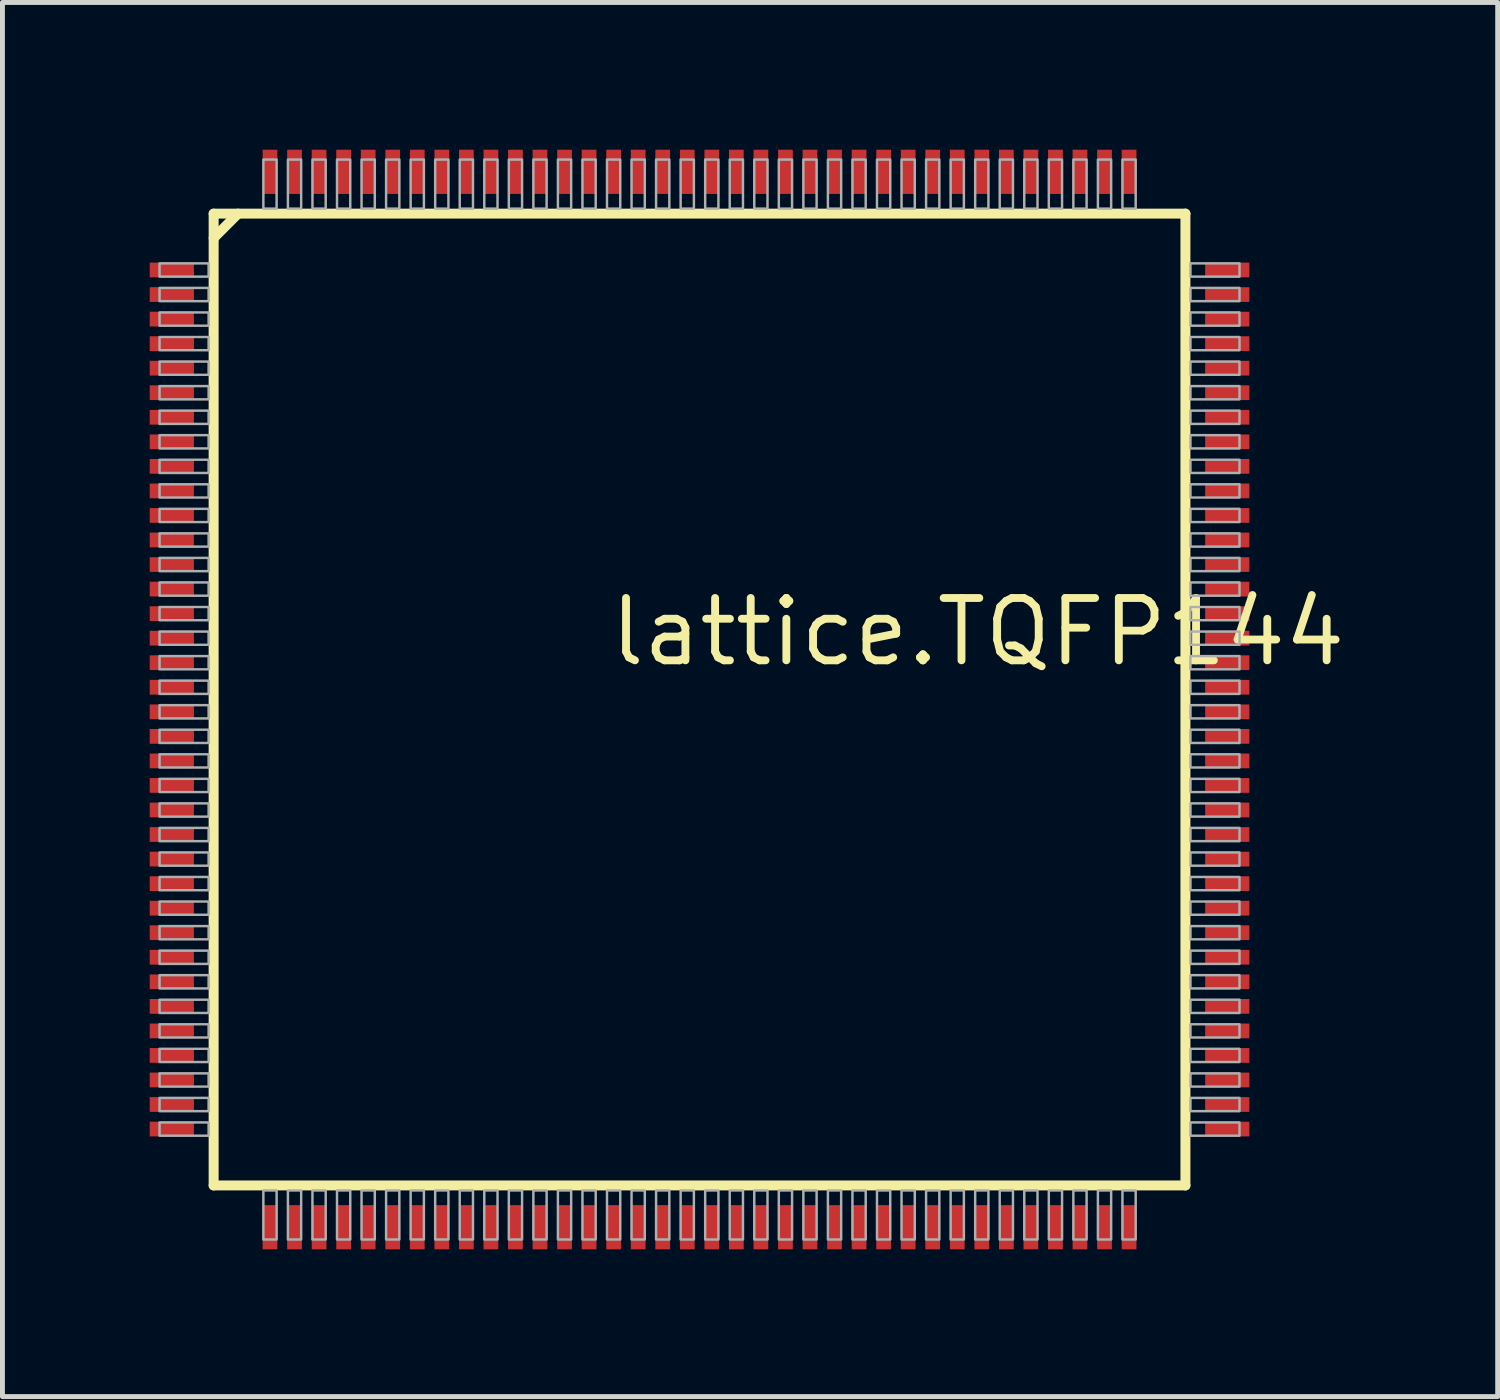
<source format=kicad_pcb>
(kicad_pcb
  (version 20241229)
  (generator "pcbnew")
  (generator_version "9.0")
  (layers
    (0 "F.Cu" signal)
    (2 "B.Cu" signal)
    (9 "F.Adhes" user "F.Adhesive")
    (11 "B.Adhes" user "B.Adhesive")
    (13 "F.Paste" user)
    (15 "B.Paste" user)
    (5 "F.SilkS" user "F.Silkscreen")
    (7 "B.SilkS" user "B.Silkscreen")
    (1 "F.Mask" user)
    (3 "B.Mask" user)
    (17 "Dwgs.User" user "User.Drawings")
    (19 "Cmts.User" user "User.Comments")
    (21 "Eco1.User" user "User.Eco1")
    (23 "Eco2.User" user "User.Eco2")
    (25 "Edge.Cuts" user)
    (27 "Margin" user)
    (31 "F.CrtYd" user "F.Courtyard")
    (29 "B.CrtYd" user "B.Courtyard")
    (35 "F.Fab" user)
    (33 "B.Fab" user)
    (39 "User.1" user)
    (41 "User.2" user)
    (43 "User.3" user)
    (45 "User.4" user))
  (footprint "lattice.TQFP144"
    (layer "F.Cu")
    (at 11.2 11.2)
    (property "Reference" "lattice.TQFP144" (at -1.905 -0.635 0) (layer "F.SilkS") (effects (font (size 1.27 1.27) (thickness 0.16)) (justify left bottom)))
    (attr smd)
    (fp_line (start -9.898 -9.898) (end -9.898 9.898) (stroke (width 0.203) (type default)) (layer "F.SilkS"))
    (fp_line (start -9.898 -9.4) (end -9.4 -9.898) (stroke (width 0.203) (type default)) (layer "F.SilkS"))
    (fp_line (start -9.898 9.898) (end 9.898 9.898) (stroke (width 0.203) (type default)) (layer "F.SilkS"))
    (fp_line (start 9.898 -9.898) (end -9.898 -9.898) (stroke (width 0.203) (type default)) (layer "F.SilkS"))
    (fp_line (start 9.898 9.898) (end 9.898 -9.898) (stroke (width 0.203) (type default)) (layer "F.SilkS"))
    (fp_rect (start -11 -8.615) (end -10 -8.885) (stroke (width 0.05) (type default)) (fill no) (layer "F.Fab"))
    (fp_rect (start -11 -8.115) (end -10 -8.385) (stroke (width 0.05) (type default)) (fill no) (layer "F.Fab"))
    (fp_rect (start -11 -7.615) (end -10 -7.885) (stroke (width 0.05) (type default)) (fill no) (layer "F.Fab"))
    (fp_rect (start -11 -7.115) (end -10 -7.385) (stroke (width 0.05) (type default)) (fill no) (layer "F.Fab"))
    (fp_rect (start -11 -6.615) (end -10 -6.885) (stroke (width 0.05) (type default)) (fill no) (layer "F.Fab"))
    (fp_rect (start -11 -6.115) (end -10 -6.385) (stroke (width 0.05) (type default)) (fill no) (layer "F.Fab"))
    (fp_rect (start -11 -5.615) (end -10 -5.885) (stroke (width 0.05) (type default)) (fill no) (layer "F.Fab"))
    (fp_rect (start -11 -5.115) (end -10 -5.385) (stroke (width 0.05) (type default)) (fill no) (layer "F.Fab"))
    (fp_rect (start -11 -4.615) (end -10 -4.885) (stroke (width 0.05) (type default)) (fill no) (layer "F.Fab"))
    (fp_rect (start -11 -4.115) (end -10 -4.385) (stroke (width 0.05) (type default)) (fill no) (layer "F.Fab"))
    (fp_rect (start -11 -3.615) (end -10 -3.885) (stroke (width 0.05) (type default)) (fill no) (layer "F.Fab"))
    (fp_rect (start -11 -3.115) (end -10 -3.385) (stroke (width 0.05) (type default)) (fill no) (layer "F.Fab"))
    (fp_rect (start -11 -2.615) (end -10 -2.885) (stroke (width 0.05) (type default)) (fill no) (layer "F.Fab"))
    (fp_rect (start -11 -2.115) (end -10 -2.385) (stroke (width 0.05) (type default)) (fill no) (layer "F.Fab"))
    (fp_rect (start -11 -1.615) (end -10 -1.885) (stroke (width 0.05) (type default)) (fill no) (layer "F.Fab"))
    (fp_rect (start -11 -1.115) (end -10 -1.385) (stroke (width 0.05) (type default)) (fill no) (layer "F.Fab"))
    (fp_rect (start -11 -0.615) (end -10 -0.885) (stroke (width 0.05) (type default)) (fill no) (layer "F.Fab"))
    (fp_rect (start -11 -0.115) (end -10 -0.385) (stroke (width 0.05) (type default)) (fill no) (layer "F.Fab"))
    (fp_rect (start -11 0.385) (end -10 0.115) (stroke (width 0.05) (type default)) (fill no) (layer "F.Fab"))
    (fp_rect (start -11 0.885) (end -10 0.615) (stroke (width 0.05) (type default)) (fill no) (layer "F.Fab"))
    (fp_rect (start -11 1.385) (end -10 1.115) (stroke (width 0.05) (type default)) (fill no) (layer "F.Fab"))
    (fp_rect (start -11 1.885) (end -10 1.615) (stroke (width 0.05) (type default)) (fill no) (layer "F.Fab"))
    (fp_rect (start -11 2.385) (end -10 2.115) (stroke (width 0.05) (type default)) (fill no) (layer "F.Fab"))
    (fp_rect (start -11 2.885) (end -10 2.615) (stroke (width 0.05) (type default)) (fill no) (layer "F.Fab"))
    (fp_rect (start -11 3.385) (end -10 3.115) (stroke (width 0.05) (type default)) (fill no) (layer "F.Fab"))
    (fp_rect (start -11 3.885) (end -10 3.615) (stroke (width 0.05) (type default)) (fill no) (layer "F.Fab"))
    (fp_rect (start -11 4.385) (end -10 4.115) (stroke (width 0.05) (type default)) (fill no) (layer "F.Fab"))
    (fp_rect (start -11 4.885) (end -10 4.615) (stroke (width 0.05) (type default)) (fill no) (layer "F.Fab"))
    (fp_rect (start -11 5.385) (end -10 5.115) (stroke (width 0.05) (type default)) (fill no) (layer "F.Fab"))
    (fp_rect (start -11 5.885) (end -10 5.615) (stroke (width 0.05) (type default)) (fill no) (layer "F.Fab"))
    (fp_rect (start -11 6.385) (end -10 6.115) (stroke (width 0.05) (type default)) (fill no) (layer "F.Fab"))
    (fp_rect (start -11 6.885) (end -10 6.615) (stroke (width 0.05) (type default)) (fill no) (layer "F.Fab"))
    (fp_rect (start -11 7.385) (end -10 7.115) (stroke (width 0.05) (type default)) (fill no) (layer "F.Fab"))
    (fp_rect (start -11 7.885) (end -10 7.615) (stroke (width 0.05) (type default)) (fill no) (layer "F.Fab"))
    (fp_rect (start -11 8.385) (end -10 8.115) (stroke (width 0.05) (type default)) (fill no) (layer "F.Fab"))
    (fp_rect (start -11 8.885) (end -10 8.615) (stroke (width 0.05) (type default)) (fill no) (layer "F.Fab"))
    (fp_rect (start -8.885 -10) (end -8.615 -11) (stroke (width 0.05) (type default)) (fill no) (layer "F.Fab"))
    (fp_rect (start -8.885 11) (end -8.615 10) (stroke (width 0.05) (type default)) (fill no) (layer "F.Fab"))
    (fp_rect (start -8.385 -10) (end -8.115 -11) (stroke (width 0.05) (type default)) (fill no) (layer "F.Fab"))
    (fp_rect (start -8.385 11) (end -8.115 10) (stroke (width 0.05) (type default)) (fill no) (layer "F.Fab"))
    (fp_rect (start -7.885 -10) (end -7.615 -11) (stroke (width 0.05) (type default)) (fill no) (layer "F.Fab"))
    (fp_rect (start -7.885 11) (end -7.615 10) (stroke (width 0.05) (type default)) (fill no) (layer "F.Fab"))
    (fp_rect (start -7.385 -10) (end -7.115 -11) (stroke (width 0.05) (type default)) (fill no) (layer "F.Fab"))
    (fp_rect (start -7.385 11) (end -7.115 10) (stroke (width 0.05) (type default)) (fill no) (layer "F.Fab"))
    (fp_rect (start -6.885 -10) (end -6.615 -11) (stroke (width 0.05) (type default)) (fill no) (layer "F.Fab"))
    (fp_rect (start -6.885 11) (end -6.615 10) (stroke (width 0.05) (type default)) (fill no) (layer "F.Fab"))
    (fp_rect (start -6.385 -10) (end -6.115 -11) (stroke (width 0.05) (type default)) (fill no) (layer "F.Fab"))
    (fp_rect (start -6.385 11) (end -6.115 10) (stroke (width 0.05) (type default)) (fill no) (layer "F.Fab"))
    (fp_rect (start -5.885 -10) (end -5.615 -11) (stroke (width 0.05) (type default)) (fill no) (layer "F.Fab"))
    (fp_rect (start -5.885 11) (end -5.615 10) (stroke (width 0.05) (type default)) (fill no) (layer "F.Fab"))
    (fp_rect (start -5.385 -10) (end -5.115 -11) (stroke (width 0.05) (type default)) (fill no) (layer "F.Fab"))
    (fp_rect (start -5.385 11) (end -5.115 10) (stroke (width 0.05) (type default)) (fill no) (layer "F.Fab"))
    (fp_rect (start -4.885 -10) (end -4.615 -11) (stroke (width 0.05) (type default)) (fill no) (layer "F.Fab"))
    (fp_rect (start -4.885 11) (end -4.615 10) (stroke (width 0.05) (type default)) (fill no) (layer "F.Fab"))
    (fp_rect (start -4.385 -10) (end -4.115 -11) (stroke (width 0.05) (type default)) (fill no) (layer "F.Fab"))
    (fp_rect (start -4.385 11) (end -4.115 10) (stroke (width 0.05) (type default)) (fill no) (layer "F.Fab"))
    (fp_rect (start -3.885 -10) (end -3.615 -11) (stroke (width 0.05) (type default)) (fill no) (layer "F.Fab"))
    (fp_rect (start -3.885 11) (end -3.615 10) (stroke (width 0.05) (type default)) (fill no) (layer "F.Fab"))
    (fp_rect (start -3.385 -10) (end -3.115 -11) (stroke (width 0.05) (type default)) (fill no) (layer "F.Fab"))
    (fp_rect (start -3.385 11) (end -3.115 10) (stroke (width 0.05) (type default)) (fill no) (layer "F.Fab"))
    (fp_rect (start -2.885 -10) (end -2.615 -11) (stroke (width 0.05) (type default)) (fill no) (layer "F.Fab"))
    (fp_rect (start -2.885 11) (end -2.615 10) (stroke (width 0.05) (type default)) (fill no) (layer "F.Fab"))
    (fp_rect (start -2.385 -10) (end -2.115 -11) (stroke (width 0.05) (type default)) (fill no) (layer "F.Fab"))
    (fp_rect (start -2.385 11) (end -2.115 10) (stroke (width 0.05) (type default)) (fill no) (layer "F.Fab"))
    (fp_rect (start -1.885 -10) (end -1.615 -11) (stroke (width 0.05) (type default)) (fill no) (layer "F.Fab"))
    (fp_rect (start -1.885 11) (end -1.615 10) (stroke (width 0.05) (type default)) (fill no) (layer "F.Fab"))
    (fp_rect (start -1.385 -10) (end -1.115 -11) (stroke (width 0.05) (type default)) (fill no) (layer "F.Fab"))
    (fp_rect (start -1.385 11) (end -1.115 10) (stroke (width 0.05) (type default)) (fill no) (layer "F.Fab"))
    (fp_rect (start -0.885 -10) (end -0.615 -11) (stroke (width 0.05) (type default)) (fill no) (layer "F.Fab"))
    (fp_rect (start -0.885 11) (end -0.615 10) (stroke (width 0.05) (type default)) (fill no) (layer "F.Fab"))
    (fp_rect (start -0.385 -10) (end -0.115 -11) (stroke (width 0.05) (type default)) (fill no) (layer "F.Fab"))
    (fp_rect (start -0.385 11) (end -0.115 10) (stroke (width 0.05) (type default)) (fill no) (layer "F.Fab"))
    (fp_rect (start 0.115 -10) (end 0.385 -11) (stroke (width 0.05) (type default)) (fill no) (layer "F.Fab"))
    (fp_rect (start 0.115 11) (end 0.385 10) (stroke (width 0.05) (type default)) (fill no) (layer "F.Fab"))
    (fp_rect (start 0.615 -10) (end 0.885 -11) (stroke (width 0.05) (type default)) (fill no) (layer "F.Fab"))
    (fp_rect (start 0.615 11) (end 0.885 10) (stroke (width 0.05) (type default)) (fill no) (layer "F.Fab"))
    (fp_rect (start 1.115 -10) (end 1.385 -11) (stroke (width 0.05) (type default)) (fill no) (layer "F.Fab"))
    (fp_rect (start 1.115 11) (end 1.385 10) (stroke (width 0.05) (type default)) (fill no) (layer "F.Fab"))
    (fp_rect (start 1.615 -10) (end 1.885 -11) (stroke (width 0.05) (type default)) (fill no) (layer "F.Fab"))
    (fp_rect (start 1.615 11) (end 1.885 10) (stroke (width 0.05) (type default)) (fill no) (layer "F.Fab"))
    (fp_rect (start 2.115 -10) (end 2.385 -11) (stroke (width 0.05) (type default)) (fill no) (layer "F.Fab"))
    (fp_rect (start 2.115 11) (end 2.385 10) (stroke (width 0.05) (type default)) (fill no) (layer "F.Fab"))
    (fp_rect (start 2.615 -10) (end 2.885 -11) (stroke (width 0.05) (type default)) (fill no) (layer "F.Fab"))
    (fp_rect (start 2.615 11) (end 2.885 10) (stroke (width 0.05) (type default)) (fill no) (layer "F.Fab"))
    (fp_rect (start 3.115 -10) (end 3.385 -11) (stroke (width 0.05) (type default)) (fill no) (layer "F.Fab"))
    (fp_rect (start 3.115 11) (end 3.385 10) (stroke (width 0.05) (type default)) (fill no) (layer "F.Fab"))
    (fp_rect (start 3.615 -10) (end 3.885 -11) (stroke (width 0.05) (type default)) (fill no) (layer "F.Fab"))
    (fp_rect (start 3.615 11) (end 3.885 10) (stroke (width 0.05) (type default)) (fill no) (layer "F.Fab"))
    (fp_rect (start 4.115 -10) (end 4.385 -11) (stroke (width 0.05) (type default)) (fill no) (layer "F.Fab"))
    (fp_rect (start 4.115 11) (end 4.385 10) (stroke (width 0.05) (type default)) (fill no) (layer "F.Fab"))
    (fp_rect (start 4.615 -10) (end 4.885 -11) (stroke (width 0.05) (type default)) (fill no) (layer "F.Fab"))
    (fp_rect (start 4.615 11) (end 4.885 10) (stroke (width 0.05) (type default)) (fill no) (layer "F.Fab"))
    (fp_rect (start 5.115 -10) (end 5.385 -11) (stroke (width 0.05) (type default)) (fill no) (layer "F.Fab"))
    (fp_rect (start 5.115 11) (end 5.385 10) (stroke (width 0.05) (type default)) (fill no) (layer "F.Fab"))
    (fp_rect (start 5.615 -10) (end 5.885 -11) (stroke (width 0.05) (type default)) (fill no) (layer "F.Fab"))
    (fp_rect (start 5.615 11) (end 5.885 10) (stroke (width 0.05) (type default)) (fill no) (layer "F.Fab"))
    (fp_rect (start 6.115 -10) (end 6.385 -11) (stroke (width 0.05) (type default)) (fill no) (layer "F.Fab"))
    (fp_rect (start 6.115 11) (end 6.385 10) (stroke (width 0.05) (type default)) (fill no) (layer "F.Fab"))
    (fp_rect (start 6.615 -10) (end 6.885 -11) (stroke (width 0.05) (type default)) (fill no) (layer "F.Fab"))
    (fp_rect (start 6.615 11) (end 6.885 10) (stroke (width 0.05) (type default)) (fill no) (layer "F.Fab"))
    (fp_rect (start 7.115 -10) (end 7.385 -11) (stroke (width 0.05) (type default)) (fill no) (layer "F.Fab"))
    (fp_rect (start 7.115 11) (end 7.385 10) (stroke (width 0.05) (type default)) (fill no) (layer "F.Fab"))
    (fp_rect (start 7.615 -10) (end 7.885 -11) (stroke (width 0.05) (type default)) (fill no) (layer "F.Fab"))
    (fp_rect (start 7.615 11) (end 7.885 10) (stroke (width 0.05) (type default)) (fill no) (layer "F.Fab"))
    (fp_rect (start 8.115 -10) (end 8.385 -11) (stroke (width 0.05) (type default)) (fill no) (layer "F.Fab"))
    (fp_rect (start 8.115 11) (end 8.385 10) (stroke (width 0.05) (type default)) (fill no) (layer "F.Fab"))
    (fp_rect (start 8.615 -10) (end 8.885 -11) (stroke (width 0.05) (type default)) (fill no) (layer "F.Fab"))
    (fp_rect (start 8.615 11) (end 8.885 10) (stroke (width 0.05) (type default)) (fill no) (layer "F.Fab"))
    (fp_rect (start 10 -8.615) (end 11 -8.885) (stroke (width 0.05) (type default)) (fill no) (layer "F.Fab"))
    (fp_rect (start 10 -8.115) (end 11 -8.385) (stroke (width 0.05) (type default)) (fill no) (layer "F.Fab"))
    (fp_rect (start 10 -7.615) (end 11 -7.885) (stroke (width 0.05) (type default)) (fill no) (layer "F.Fab"))
    (fp_rect (start 10 -7.115) (end 11 -7.385) (stroke (width 0.05) (type default)) (fill no) (layer "F.Fab"))
    (fp_rect (start 10 -6.615) (end 11 -6.885) (stroke (width 0.05) (type default)) (fill no) (layer "F.Fab"))
    (fp_rect (start 10 -6.115) (end 11 -6.385) (stroke (width 0.05) (type default)) (fill no) (layer "F.Fab"))
    (fp_rect (start 10 -5.615) (end 11 -5.885) (stroke (width 0.05) (type default)) (fill no) (layer "F.Fab"))
    (fp_rect (start 10 -5.115) (end 11 -5.385) (stroke (width 0.05) (type default)) (fill no) (layer "F.Fab"))
    (fp_rect (start 10 -4.615) (end 11 -4.885) (stroke (width 0.05) (type default)) (fill no) (layer "F.Fab"))
    (fp_rect (start 10 -4.115) (end 11 -4.385) (stroke (width 0.05) (type default)) (fill no) (layer "F.Fab"))
    (fp_rect (start 10 -3.615) (end 11 -3.885) (stroke (width 0.05) (type default)) (fill no) (layer "F.Fab"))
    (fp_rect (start 10 -3.115) (end 11 -3.385) (stroke (width 0.05) (type default)) (fill no) (layer "F.Fab"))
    (fp_rect (start 10 -2.615) (end 11 -2.885) (stroke (width 0.05) (type default)) (fill no) (layer "F.Fab"))
    (fp_rect (start 10 -2.115) (end 11 -2.385) (stroke (width 0.05) (type default)) (fill no) (layer "F.Fab"))
    (fp_rect (start 10 -1.615) (end 11 -1.885) (stroke (width 0.05) (type default)) (fill no) (layer "F.Fab"))
    (fp_rect (start 10 -1.115) (end 11 -1.385) (stroke (width 0.05) (type default)) (fill no) (layer "F.Fab"))
    (fp_rect (start 10 -0.615) (end 11 -0.885) (stroke (width 0.05) (type default)) (fill no) (layer "F.Fab"))
    (fp_rect (start 10 -0.115) (end 11 -0.385) (stroke (width 0.05) (type default)) (fill no) (layer "F.Fab"))
    (fp_rect (start 10 0.385) (end 11 0.115) (stroke (width 0.05) (type default)) (fill no) (layer "F.Fab"))
    (fp_rect (start 10 0.885) (end 11 0.615) (stroke (width 0.05) (type default)) (fill no) (layer "F.Fab"))
    (fp_rect (start 10 1.385) (end 11 1.115) (stroke (width 0.05) (type default)) (fill no) (layer "F.Fab"))
    (fp_rect (start 10 1.885) (end 11 1.615) (stroke (width 0.05) (type default)) (fill no) (layer "F.Fab"))
    (fp_rect (start 10 2.385) (end 11 2.115) (stroke (width 0.05) (type default)) (fill no) (layer "F.Fab"))
    (fp_rect (start 10 2.885) (end 11 2.615) (stroke (width 0.05) (type default)) (fill no) (layer "F.Fab"))
    (fp_rect (start 10 3.385) (end 11 3.115) (stroke (width 0.05) (type default)) (fill no) (layer "F.Fab"))
    (fp_rect (start 10 3.885) (end 11 3.615) (stroke (width 0.05) (type default)) (fill no) (layer "F.Fab"))
    (fp_rect (start 10 4.385) (end 11 4.115) (stroke (width 0.05) (type default)) (fill no) (layer "F.Fab"))
    (fp_rect (start 10 4.885) (end 11 4.615) (stroke (width 0.05) (type default)) (fill no) (layer "F.Fab"))
    (fp_rect (start 10 5.385) (end 11 5.115) (stroke (width 0.05) (type default)) (fill no) (layer "F.Fab"))
    (fp_rect (start 10 5.885) (end 11 5.615) (stroke (width 0.05) (type default)) (fill no) (layer "F.Fab"))
    (fp_rect (start 10 6.385) (end 11 6.115) (stroke (width 0.05) (type default)) (fill no) (layer "F.Fab"))
    (fp_rect (start 10 6.885) (end 11 6.615) (stroke (width 0.05) (type default)) (fill no) (layer "F.Fab"))
    (fp_rect (start 10 7.385) (end 11 7.115) (stroke (width 0.05) (type default)) (fill no) (layer "F.Fab"))
    (fp_rect (start 10 7.885) (end 11 7.615) (stroke (width 0.05) (type default)) (fill no) (layer "F.Fab"))
    (fp_rect (start 10 8.385) (end 11 8.115) (stroke (width 0.05) (type default)) (fill no) (layer "F.Fab"))
    (fp_rect (start 10 8.885) (end 11 8.615) (stroke (width 0.05) (type default)) (fill no) (layer "F.Fab"))
    (pad "1" smd roundrect (at -10.75 -8.75) (size 0.9 0.3) (layers "F.Cu" "F.Mask" "F.Paste") (roundrect_rratio 0.01))
    (pad "2" smd roundrect (at -10.75 -8.25) (size 0.9 0.3) (layers "F.Cu" "F.Mask" "F.Paste") (roundrect_rratio 0.01))
    (pad "3" smd roundrect (at -10.75 -7.75) (size 0.9 0.3) (layers "F.Cu" "F.Mask" "F.Paste") (roundrect_rratio 0.01))
    (pad "4" smd roundrect (at -10.75 -7.25) (size 0.9 0.3) (layers "F.Cu" "F.Mask" "F.Paste") (roundrect_rratio 0.01))
    (pad "5" smd roundrect (at -10.75 -6.75) (size 0.9 0.3) (layers "F.Cu" "F.Mask" "F.Paste") (roundrect_rratio 0.01))
    (pad "6" smd roundrect (at -10.75 -6.25) (size 0.9 0.3) (layers "F.Cu" "F.Mask" "F.Paste") (roundrect_rratio 0.01))
    (pad "7" smd roundrect (at -10.75 -5.75) (size 0.9 0.3) (layers "F.Cu" "F.Mask" "F.Paste") (roundrect_rratio 0.01))
    (pad "8" smd roundrect (at -10.75 -5.25) (size 0.9 0.3) (layers "F.Cu" "F.Mask" "F.Paste") (roundrect_rratio 0.01))
    (pad "9" smd roundrect (at -10.75 -4.75) (size 0.9 0.3) (layers "F.Cu" "F.Mask" "F.Paste") (roundrect_rratio 0.01))
    (pad "10" smd roundrect (at -10.75 -4.25) (size 0.9 0.3) (layers "F.Cu" "F.Mask" "F.Paste") (roundrect_rratio 0.01))
    (pad "11" smd roundrect (at -10.75 -3.75) (size 0.9 0.3) (layers "F.Cu" "F.Mask" "F.Paste") (roundrect_rratio 0.01))
    (pad "12" smd roundrect (at -10.75 -3.25) (size 0.9 0.3) (layers "F.Cu" "F.Mask" "F.Paste") (roundrect_rratio 0.01))
    (pad "13" smd roundrect (at -10.75 -2.75) (size 0.9 0.3) (layers "F.Cu" "F.Mask" "F.Paste") (roundrect_rratio 0.01))
    (pad "14" smd roundrect (at -10.75 -2.25) (size 0.9 0.3) (layers "F.Cu" "F.Mask" "F.Paste") (roundrect_rratio 0.01))
    (pad "15" smd roundrect (at -10.75 -1.75) (size 0.9 0.3) (layers "F.Cu" "F.Mask" "F.Paste") (roundrect_rratio 0.01))
    (pad "16" smd roundrect (at -10.75 -1.25) (size 0.9 0.3) (layers "F.Cu" "F.Mask" "F.Paste") (roundrect_rratio 0.01))
    (pad "17" smd roundrect (at -10.75 -0.75) (size 0.9 0.3) (layers "F.Cu" "F.Mask" "F.Paste") (roundrect_rratio 0.01))
    (pad "18" smd roundrect (at -10.75 -0.25) (size 0.9 0.3) (layers "F.Cu" "F.Mask" "F.Paste") (roundrect_rratio 0.01))
    (pad "19" smd roundrect (at -10.75 0.25) (size 0.9 0.3) (layers "F.Cu" "F.Mask" "F.Paste") (roundrect_rratio 0.01))
    (pad "20" smd roundrect (at -10.75 0.75) (size 0.9 0.3) (layers "F.Cu" "F.Mask" "F.Paste") (roundrect_rratio 0.01))
    (pad "21" smd roundrect (at -10.75 1.25) (size 0.9 0.3) (layers "F.Cu" "F.Mask" "F.Paste") (roundrect_rratio 0.01))
    (pad "22" smd roundrect (at -10.75 1.75) (size 0.9 0.3) (layers "F.Cu" "F.Mask" "F.Paste") (roundrect_rratio 0.01))
    (pad "23" smd roundrect (at -10.75 2.25) (size 0.9 0.3) (layers "F.Cu" "F.Mask" "F.Paste") (roundrect_rratio 0.01))
    (pad "24" smd roundrect (at -10.75 2.75) (size 0.9 0.3) (layers "F.Cu" "F.Mask" "F.Paste") (roundrect_rratio 0.01))
    (pad "25" smd roundrect (at -10.75 3.25) (size 0.9 0.3) (layers "F.Cu" "F.Mask" "F.Paste") (roundrect_rratio 0.01))
    (pad "26" smd roundrect (at -10.75 3.75) (size 0.9 0.3) (layers "F.Cu" "F.Mask" "F.Paste") (roundrect_rratio 0.01))
    (pad "27" smd roundrect (at -10.75 4.25) (size 0.9 0.3) (layers "F.Cu" "F.Mask" "F.Paste") (roundrect_rratio 0.01))
    (pad "28" smd roundrect (at -10.75 4.75) (size 0.9 0.3) (layers "F.Cu" "F.Mask" "F.Paste") (roundrect_rratio 0.01))
    (pad "29" smd roundrect (at -10.75 5.25) (size 0.9 0.3) (layers "F.Cu" "F.Mask" "F.Paste") (roundrect_rratio 0.01))
    (pad "30" smd roundrect (at -10.75 5.75) (size 0.9 0.3) (layers "F.Cu" "F.Mask" "F.Paste") (roundrect_rratio 0.01))
    (pad "31" smd roundrect (at -10.75 6.25) (size 0.9 0.3) (layers "F.Cu" "F.Mask" "F.Paste") (roundrect_rratio 0.01))
    (pad "32" smd roundrect (at -10.75 6.75) (size 0.9 0.3) (layers "F.Cu" "F.Mask" "F.Paste") (roundrect_rratio 0.01))
    (pad "33" smd roundrect (at -10.75 7.25) (size 0.9 0.3) (layers "F.Cu" "F.Mask" "F.Paste") (roundrect_rratio 0.01))
    (pad "34" smd roundrect (at -10.75 7.75) (size 0.9 0.3) (layers "F.Cu" "F.Mask" "F.Paste") (roundrect_rratio 0.01))
    (pad "35" smd roundrect (at -10.75 8.25) (size 0.9 0.3) (layers "F.Cu" "F.Mask" "F.Paste") (roundrect_rratio 0.01))
    (pad "36" smd roundrect (at -10.75 8.75) (size 0.9 0.3) (layers "F.Cu" "F.Mask" "F.Paste") (roundrect_rratio 0.01))
    (pad "37" smd roundrect (at -8.75 10.75) (size 0.3 0.9) (layers "F.Cu" "F.Mask" "F.Paste") (roundrect_rratio 0.01))
    (pad "38" smd roundrect (at -8.25 10.75) (size 0.3 0.9) (layers "F.Cu" "F.Mask" "F.Paste") (roundrect_rratio 0.01))
    (pad "39" smd roundrect (at -7.75 10.75) (size 0.3 0.9) (layers "F.Cu" "F.Mask" "F.Paste") (roundrect_rratio 0.01))
    (pad "40" smd roundrect (at -7.25 10.75) (size 0.3 0.9) (layers "F.Cu" "F.Mask" "F.Paste") (roundrect_rratio 0.01))
    (pad "41" smd roundrect (at -6.75 10.75) (size 0.3 0.9) (layers "F.Cu" "F.Mask" "F.Paste") (roundrect_rratio 0.01))
    (pad "42" smd roundrect (at -6.25 10.75) (size 0.3 0.9) (layers "F.Cu" "F.Mask" "F.Paste") (roundrect_rratio 0.01))
    (pad "43" smd roundrect (at -5.75 10.75) (size 0.3 0.9) (layers "F.Cu" "F.Mask" "F.Paste") (roundrect_rratio 0.01))
    (pad "44" smd roundrect (at -5.25 10.75) (size 0.3 0.9) (layers "F.Cu" "F.Mask" "F.Paste") (roundrect_rratio 0.01))
    (pad "45" smd roundrect (at -4.75 10.75) (size 0.3 0.9) (layers "F.Cu" "F.Mask" "F.Paste") (roundrect_rratio 0.01))
    (pad "46" smd roundrect (at -4.25 10.75) (size 0.3 0.9) (layers "F.Cu" "F.Mask" "F.Paste") (roundrect_rratio 0.01))
    (pad "47" smd roundrect (at -3.75 10.75) (size 0.3 0.9) (layers "F.Cu" "F.Mask" "F.Paste") (roundrect_rratio 0.01))
    (pad "48" smd roundrect (at -3.25 10.75) (size 0.3 0.9) (layers "F.Cu" "F.Mask" "F.Paste") (roundrect_rratio 0.01))
    (pad "49" smd roundrect (at -2.75 10.75) (size 0.3 0.9) (layers "F.Cu" "F.Mask" "F.Paste") (roundrect_rratio 0.01))
    (pad "50" smd roundrect (at -2.25 10.75) (size 0.3 0.9) (layers "F.Cu" "F.Mask" "F.Paste") (roundrect_rratio 0.01))
    (pad "51" smd roundrect (at -1.75 10.75) (size 0.3 0.9) (layers "F.Cu" "F.Mask" "F.Paste") (roundrect_rratio 0.01))
    (pad "52" smd roundrect (at -1.25 10.75) (size 0.3 0.9) (layers "F.Cu" "F.Mask" "F.Paste") (roundrect_rratio 0.01))
    (pad "53" smd roundrect (at -0.75 10.75) (size 0.3 0.9) (layers "F.Cu" "F.Mask" "F.Paste") (roundrect_rratio 0.01))
    (pad "54" smd roundrect (at -0.25 10.75) (size 0.3 0.9) (layers "F.Cu" "F.Mask" "F.Paste") (roundrect_rratio 0.01))
    (pad "55" smd roundrect (at 0.25 10.75) (size 0.3 0.9) (layers "F.Cu" "F.Mask" "F.Paste") (roundrect_rratio 0.01))
    (pad "56" smd roundrect (at 0.75 10.75) (size 0.3 0.9) (layers "F.Cu" "F.Mask" "F.Paste") (roundrect_rratio 0.01))
    (pad "57" smd roundrect (at 1.25 10.75) (size 0.3 0.9) (layers "F.Cu" "F.Mask" "F.Paste") (roundrect_rratio 0.01))
    (pad "58" smd roundrect (at 1.75 10.75) (size 0.3 0.9) (layers "F.Cu" "F.Mask" "F.Paste") (roundrect_rratio 0.01))
    (pad "59" smd roundrect (at 2.25 10.75) (size 0.3 0.9) (layers "F.Cu" "F.Mask" "F.Paste") (roundrect_rratio 0.01))
    (pad "60" smd roundrect (at 2.75 10.75) (size 0.3 0.9) (layers "F.Cu" "F.Mask" "F.Paste") (roundrect_rratio 0.01))
    (pad "61" smd roundrect (at 3.25 10.75) (size 0.3 0.9) (layers "F.Cu" "F.Mask" "F.Paste") (roundrect_rratio 0.01))
    (pad "62" smd roundrect (at 3.75 10.75) (size 0.3 0.9) (layers "F.Cu" "F.Mask" "F.Paste") (roundrect_rratio 0.01))
    (pad "63" smd roundrect (at 4.25 10.75) (size 0.3 0.9) (layers "F.Cu" "F.Mask" "F.Paste") (roundrect_rratio 0.01))
    (pad "64" smd roundrect (at 4.75 10.75) (size 0.3 0.9) (layers "F.Cu" "F.Mask" "F.Paste") (roundrect_rratio 0.01))
    (pad "65" smd roundrect (at 5.25 10.75) (size 0.3 0.9) (layers "F.Cu" "F.Mask" "F.Paste") (roundrect_rratio 0.01))
    (pad "66" smd roundrect (at 5.75 10.75) (size 0.3 0.9) (layers "F.Cu" "F.Mask" "F.Paste") (roundrect_rratio 0.01))
    (pad "67" smd roundrect (at 6.25 10.75) (size 0.3 0.9) (layers "F.Cu" "F.Mask" "F.Paste") (roundrect_rratio 0.01))
    (pad "68" smd roundrect (at 6.75 10.75) (size 0.3 0.9) (layers "F.Cu" "F.Mask" "F.Paste") (roundrect_rratio 0.01))
    (pad "69" smd roundrect (at 7.25 10.75) (size 0.3 0.9) (layers "F.Cu" "F.Mask" "F.Paste") (roundrect_rratio 0.01))
    (pad "70" smd roundrect (at 7.75 10.75) (size 0.3 0.9) (layers "F.Cu" "F.Mask" "F.Paste") (roundrect_rratio 0.01))
    (pad "71" smd roundrect (at 8.25 10.75) (size 0.3 0.9) (layers "F.Cu" "F.Mask" "F.Paste") (roundrect_rratio 0.01))
    (pad "72" smd roundrect (at 8.75 10.75) (size 0.3 0.9) (layers "F.Cu" "F.Mask" "F.Paste") (roundrect_rratio 0.01))
    (pad "73" smd roundrect (at 10.75 8.75) (size 0.9 0.3) (layers "F.Cu" "F.Mask" "F.Paste") (roundrect_rratio 0.01))
    (pad "74" smd roundrect (at 10.75 8.25) (size 0.9 0.3) (layers "F.Cu" "F.Mask" "F.Paste") (roundrect_rratio 0.01))
    (pad "75" smd roundrect (at 10.75 7.75) (size 0.9 0.3) (layers "F.Cu" "F.Mask" "F.Paste") (roundrect_rratio 0.01))
    (pad "76" smd roundrect (at 10.75 7.25) (size 0.9 0.3) (layers "F.Cu" "F.Mask" "F.Paste") (roundrect_rratio 0.01))
    (pad "77" smd roundrect (at 10.75 6.75) (size 0.9 0.3) (layers "F.Cu" "F.Mask" "F.Paste") (roundrect_rratio 0.01))
    (pad "78" smd roundrect (at 10.75 6.25) (size 0.9 0.3) (layers "F.Cu" "F.Mask" "F.Paste") (roundrect_rratio 0.01))
    (pad "79" smd roundrect (at 10.75 5.75) (size 0.9 0.3) (layers "F.Cu" "F.Mask" "F.Paste") (roundrect_rratio 0.01))
    (pad "80" smd roundrect (at 10.75 5.25) (size 0.9 0.3) (layers "F.Cu" "F.Mask" "F.Paste") (roundrect_rratio 0.01))
    (pad "81" smd roundrect (at 10.75 4.75) (size 0.9 0.3) (layers "F.Cu" "F.Mask" "F.Paste") (roundrect_rratio 0.01))
    (pad "82" smd roundrect (at 10.75 4.25) (size 0.9 0.3) (layers "F.Cu" "F.Mask" "F.Paste") (roundrect_rratio 0.01))
    (pad "83" smd roundrect (at 10.75 3.75) (size 0.9 0.3) (layers "F.Cu" "F.Mask" "F.Paste") (roundrect_rratio 0.01))
    (pad "84" smd roundrect (at 10.75 3.25) (size 0.9 0.3) (layers "F.Cu" "F.Mask" "F.Paste") (roundrect_rratio 0.01))
    (pad "85" smd roundrect (at 10.75 2.75) (size 0.9 0.3) (layers "F.Cu" "F.Mask" "F.Paste") (roundrect_rratio 0.01))
    (pad "86" smd roundrect (at 10.75 2.25) (size 0.9 0.3) (layers "F.Cu" "F.Mask" "F.Paste") (roundrect_rratio 0.01))
    (pad "87" smd roundrect (at 10.75 1.75) (size 0.9 0.3) (layers "F.Cu" "F.Mask" "F.Paste") (roundrect_rratio 0.01))
    (pad "88" smd roundrect (at 10.75 1.25) (size 0.9 0.3) (layers "F.Cu" "F.Mask" "F.Paste") (roundrect_rratio 0.01))
    (pad "89" smd roundrect (at 10.75 0.75) (size 0.9 0.3) (layers "F.Cu" "F.Mask" "F.Paste") (roundrect_rratio 0.01))
    (pad "90" smd roundrect (at 10.75 0.25) (size 0.9 0.3) (layers "F.Cu" "F.Mask" "F.Paste") (roundrect_rratio 0.01))
    (pad "91" smd roundrect (at 10.75 -0.25) (size 0.9 0.3) (layers "F.Cu" "F.Mask" "F.Paste") (roundrect_rratio 0.01))
    (pad "92" smd roundrect (at 10.75 -0.75) (size 0.9 0.3) (layers "F.Cu" "F.Mask" "F.Paste") (roundrect_rratio 0.01))
    (pad "93" smd roundrect (at 10.75 -1.25) (size 0.9 0.3) (layers "F.Cu" "F.Mask" "F.Paste") (roundrect_rratio 0.01))
    (pad "94" smd roundrect (at 10.75 -1.75) (size 0.9 0.3) (layers "F.Cu" "F.Mask" "F.Paste") (roundrect_rratio 0.01))
    (pad "95" smd roundrect (at 10.75 -2.25) (size 0.9 0.3) (layers "F.Cu" "F.Mask" "F.Paste") (roundrect_rratio 0.01))
    (pad "96" smd roundrect (at 10.75 -2.75) (size 0.9 0.3) (layers "F.Cu" "F.Mask" "F.Paste") (roundrect_rratio 0.01))
    (pad "97" smd roundrect (at 10.75 -3.25) (size 0.9 0.3) (layers "F.Cu" "F.Mask" "F.Paste") (roundrect_rratio 0.01))
    (pad "98" smd roundrect (at 10.75 -3.75) (size 0.9 0.3) (layers "F.Cu" "F.Mask" "F.Paste") (roundrect_rratio 0.01))
    (pad "99" smd roundrect (at 10.75 -4.25) (size 0.9 0.3) (layers "F.Cu" "F.Mask" "F.Paste") (roundrect_rratio 0.01))
    (pad "100" smd roundrect (at 10.75 -4.75) (size 0.9 0.3) (layers "F.Cu" "F.Mask" "F.Paste") (roundrect_rratio 0.01))
    (pad "101" smd roundrect (at 10.75 -5.25) (size 0.9 0.3) (layers "F.Cu" "F.Mask" "F.Paste") (roundrect_rratio 0.01))
    (pad "102" smd roundrect (at 10.75 -5.75) (size 0.9 0.3) (layers "F.Cu" "F.Mask" "F.Paste") (roundrect_rratio 0.01))
    (pad "103" smd roundrect (at 10.75 -6.25) (size 0.9 0.3) (layers "F.Cu" "F.Mask" "F.Paste") (roundrect_rratio 0.01))
    (pad "104" smd roundrect (at 10.75 -6.75) (size 0.9 0.3) (layers "F.Cu" "F.Mask" "F.Paste") (roundrect_rratio 0.01))
    (pad "105" smd roundrect (at 10.75 -7.25) (size 0.9 0.3) (layers "F.Cu" "F.Mask" "F.Paste") (roundrect_rratio 0.01))
    (pad "106" smd roundrect (at 10.75 -7.75) (size 0.9 0.3) (layers "F.Cu" "F.Mask" "F.Paste") (roundrect_rratio 0.01))
    (pad "107" smd roundrect (at 10.75 -8.25) (size 0.9 0.3) (layers "F.Cu" "F.Mask" "F.Paste") (roundrect_rratio 0.01))
    (pad "108" smd roundrect (at 10.75 -8.75) (size 0.9 0.3) (layers "F.Cu" "F.Mask" "F.Paste") (roundrect_rratio 0.01))
    (pad "109" smd roundrect (at 8.75 -10.75) (size 0.3 0.9) (layers "F.Cu" "F.Mask" "F.Paste") (roundrect_rratio 0.01))
    (pad "110" smd roundrect (at 8.25 -10.75) (size 0.3 0.9) (layers "F.Cu" "F.Mask" "F.Paste") (roundrect_rratio 0.01))
    (pad "111" smd roundrect (at 7.75 -10.75) (size 0.3 0.9) (layers "F.Cu" "F.Mask" "F.Paste") (roundrect_rratio 0.01))
    (pad "112" smd roundrect (at 7.25 -10.75) (size 0.3 0.9) (layers "F.Cu" "F.Mask" "F.Paste") (roundrect_rratio 0.01))
    (pad "113" smd roundrect (at 6.75 -10.75) (size 0.3 0.9) (layers "F.Cu" "F.Mask" "F.Paste") (roundrect_rratio 0.01))
    (pad "114" smd roundrect (at 6.25 -10.75) (size 0.3 0.9) (layers "F.Cu" "F.Mask" "F.Paste") (roundrect_rratio 0.01))
    (pad "115" smd roundrect (at 5.75 -10.75) (size 0.3 0.9) (layers "F.Cu" "F.Mask" "F.Paste") (roundrect_rratio 0.01))
    (pad "116" smd roundrect (at 5.25 -10.75) (size 0.3 0.9) (layers "F.Cu" "F.Mask" "F.Paste") (roundrect_rratio 0.01))
    (pad "117" smd roundrect (at 4.75 -10.75) (size 0.3 0.9) (layers "F.Cu" "F.Mask" "F.Paste") (roundrect_rratio 0.01))
    (pad "118" smd roundrect (at 4.25 -10.75) (size 0.3 0.9) (layers "F.Cu" "F.Mask" "F.Paste") (roundrect_rratio 0.01))
    (pad "119" smd roundrect (at 3.75 -10.75) (size 0.3 0.9) (layers "F.Cu" "F.Mask" "F.Paste") (roundrect_rratio 0.01))
    (pad "120" smd roundrect (at 3.25 -10.75) (size 0.3 0.9) (layers "F.Cu" "F.Mask" "F.Paste") (roundrect_rratio 0.01))
    (pad "121" smd roundrect (at 2.75 -10.75) (size 0.3 0.9) (layers "F.Cu" "F.Mask" "F.Paste") (roundrect_rratio 0.01))
    (pad "122" smd roundrect (at 2.25 -10.75) (size 0.3 0.9) (layers "F.Cu" "F.Mask" "F.Paste") (roundrect_rratio 0.01))
    (pad "123" smd roundrect (at 1.75 -10.75) (size 0.3 0.9) (layers "F.Cu" "F.Mask" "F.Paste") (roundrect_rratio 0.01))
    (pad "124" smd roundrect (at 1.25 -10.75) (size 0.3 0.9) (layers "F.Cu" "F.Mask" "F.Paste") (roundrect_rratio 0.01))
    (pad "125" smd roundrect (at 0.75 -10.75) (size 0.3 0.9) (layers "F.Cu" "F.Mask" "F.Paste") (roundrect_rratio 0.01))
    (pad "126" smd roundrect (at 0.25 -10.75) (size 0.3 0.9) (layers "F.Cu" "F.Mask" "F.Paste") (roundrect_rratio 0.01))
    (pad "127" smd roundrect (at -0.25 -10.75) (size 0.3 0.9) (layers "F.Cu" "F.Mask" "F.Paste") (roundrect_rratio 0.01))
    (pad "128" smd roundrect (at -0.75 -10.75) (size 0.3 0.9) (layers "F.Cu" "F.Mask" "F.Paste") (roundrect_rratio 0.01))
    (pad "129" smd roundrect (at -1.25 -10.75) (size 0.3 0.9) (layers "F.Cu" "F.Mask" "F.Paste") (roundrect_rratio 0.01))
    (pad "130" smd roundrect (at -1.75 -10.75) (size 0.3 0.9) (layers "F.Cu" "F.Mask" "F.Paste") (roundrect_rratio 0.01))
    (pad "131" smd roundrect (at -2.25 -10.75) (size 0.3 0.9) (layers "F.Cu" "F.Mask" "F.Paste") (roundrect_rratio 0.01))
    (pad "132" smd roundrect (at -2.75 -10.75) (size 0.3 0.9) (layers "F.Cu" "F.Mask" "F.Paste") (roundrect_rratio 0.01))
    (pad "133" smd roundrect (at -3.25 -10.75) (size 0.3 0.9) (layers "F.Cu" "F.Mask" "F.Paste") (roundrect_rratio 0.01))
    (pad "134" smd roundrect (at -3.75 -10.75) (size 0.3 0.9) (layers "F.Cu" "F.Mask" "F.Paste") (roundrect_rratio 0.01))
    (pad "135" smd roundrect (at -4.25 -10.75) (size 0.3 0.9) (layers "F.Cu" "F.Mask" "F.Paste") (roundrect_rratio 0.01))
    (pad "136" smd roundrect (at -4.75 -10.75) (size 0.3 0.9) (layers "F.Cu" "F.Mask" "F.Paste") (roundrect_rratio 0.01))
    (pad "137" smd roundrect (at -5.25 -10.75) (size 0.3 0.9) (layers "F.Cu" "F.Mask" "F.Paste") (roundrect_rratio 0.01))
    (pad "138" smd roundrect (at -5.75 -10.75) (size 0.3 0.9) (layers "F.Cu" "F.Mask" "F.Paste") (roundrect_rratio 0.01))
    (pad "139" smd roundrect (at -6.25 -10.75) (size 0.3 0.9) (layers "F.Cu" "F.Mask" "F.Paste") (roundrect_rratio 0.01))
    (pad "140" smd roundrect (at -6.75 -10.75) (size 0.3 0.9) (layers "F.Cu" "F.Mask" "F.Paste") (roundrect_rratio 0.01))
    (pad "141" smd roundrect (at -7.25 -10.75) (size 0.3 0.9) (layers "F.Cu" "F.Mask" "F.Paste") (roundrect_rratio 0.01))
    (pad "142" smd roundrect (at -7.75 -10.75) (size 0.3 0.9) (layers "F.Cu" "F.Mask" "F.Paste") (roundrect_rratio 0.01))
    (pad "143" smd roundrect (at -8.25 -10.75) (size 0.3 0.9) (layers "F.Cu" "F.Mask" "F.Paste") (roundrect_rratio 0.01))
    (pad "144" smd roundrect (at -8.75 -10.75) (size 0.3 0.9) (layers "F.Cu" "F.Mask" "F.Paste") (roundrect_rratio 0.01)))
  (gr_rect
    (start -3 -3)
    (end 27.459 25.4)
    (stroke (width 0.1) (type default))
    (fill no)
    (layer "Edge.Cuts")))
</source>
